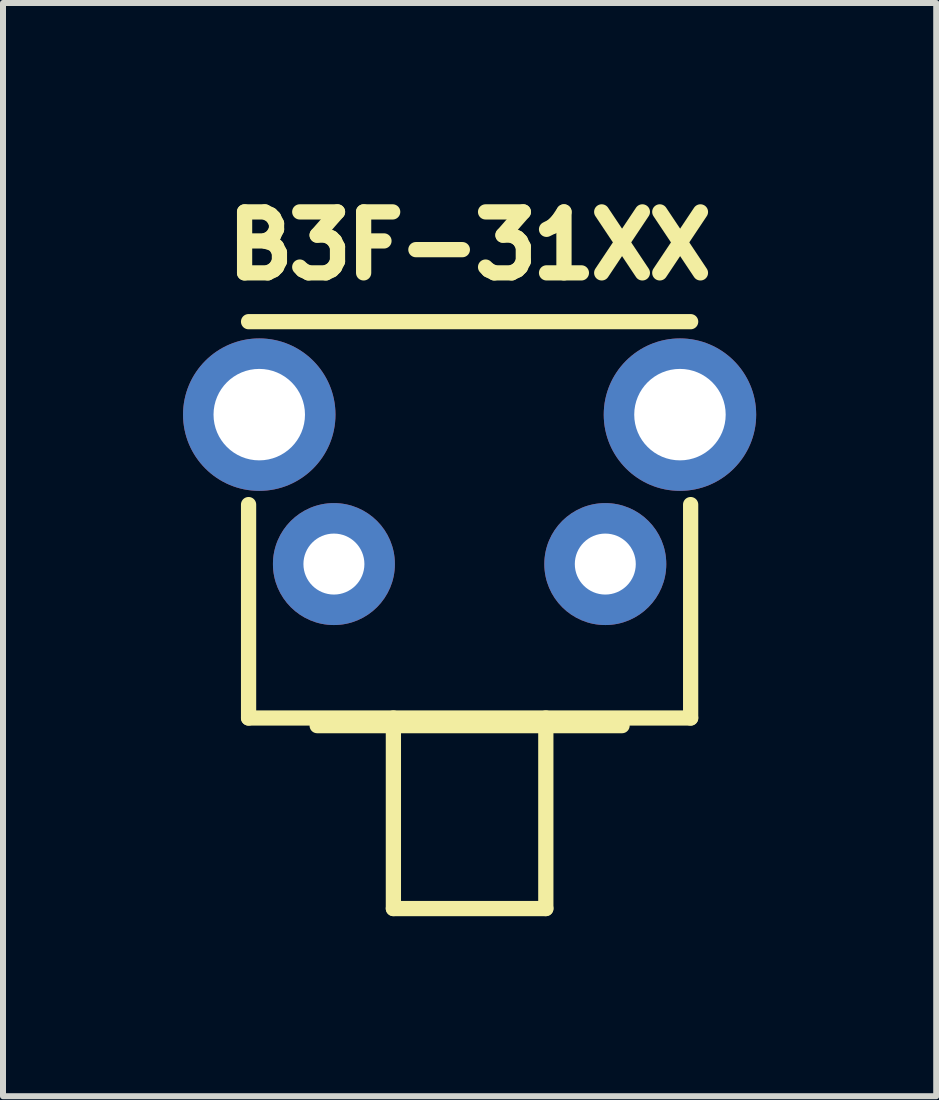
<source format=kicad_pcb>
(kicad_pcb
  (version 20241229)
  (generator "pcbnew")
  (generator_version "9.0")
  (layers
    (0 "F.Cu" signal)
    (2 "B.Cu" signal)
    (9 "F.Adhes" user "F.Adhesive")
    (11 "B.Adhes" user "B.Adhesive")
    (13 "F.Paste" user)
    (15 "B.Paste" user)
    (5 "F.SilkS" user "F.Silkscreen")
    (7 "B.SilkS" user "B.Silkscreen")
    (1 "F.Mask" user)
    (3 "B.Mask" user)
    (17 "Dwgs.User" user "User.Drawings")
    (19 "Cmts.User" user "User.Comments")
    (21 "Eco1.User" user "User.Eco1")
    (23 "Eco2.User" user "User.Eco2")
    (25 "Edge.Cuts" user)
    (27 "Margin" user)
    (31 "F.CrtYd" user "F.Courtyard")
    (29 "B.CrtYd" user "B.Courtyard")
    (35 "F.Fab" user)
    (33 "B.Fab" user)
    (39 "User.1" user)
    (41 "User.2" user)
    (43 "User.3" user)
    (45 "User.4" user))
  (footprint "B3F-31XX"
    (layer "F.Cu")
    (at 4.775 5.104)
    (property "Reference" "B3F-31XX" (at 0 -4.064 0) (layer "F.SilkS") (effects (font (size 1.016 1.016) (thickness 0.254))))
    (attr through_hole)
    (fp_line (start -3.683 -2.794) (end 3.683 -2.794) (stroke (width 0.254) (type solid)) (layer "F.SilkS"))
    (fp_line (start -3.683 0.254) (end -3.683 3.81) (stroke (width 0.254) (type solid)) (layer "F.SilkS"))
    (fp_line (start -3.683 3.81) (end 3.683 3.81) (stroke (width 0.254) (type solid)) (layer "F.SilkS"))
    (fp_line (start -2.54 3.937) (end 2.54 3.937) (stroke (width 0.254) (type solid)) (layer "F.SilkS"))
    (fp_line (start -1.27 6.985) (end -1.27 3.81) (stroke (width 0.254) (type solid)) (layer "F.SilkS"))
    (fp_line (start -1.27 6.985) (end 1.27 6.985) (stroke (width 0.254) (type solid)) (layer "F.SilkS"))
    (fp_line (start 1.27 6.985) (end 1.27 3.81) (stroke (width 0.254) (type solid)) (layer "F.SilkS"))
    (fp_line (start 3.683 0.254) (end 3.683 3.81) (stroke (width 0.254) (type solid)) (layer "F.SilkS"))
    (pad "0" thru_hole circle (at -3.505 -1.245) (size 2.54 2.54) (drill 1.524) (layers "*.Cu" "*.Mask"))
    (pad "0" thru_hole circle (at 3.505 -1.245) (size 2.54 2.54) (drill 1.524) (layers "*.Cu" "*.Mask"))
    (pad "1" thru_hole circle (at -2.261 1.245) (size 2.032 2.032) (drill 1.016) (layers "*.Cu" "*.Mask"))
    (pad "2" thru_hole circle (at 2.261 1.245) (size 2.032 2.032) (drill 1.016) (layers "*.Cu" "*.Mask")))
  (gr_rect
    (start -3 -3)
    (end 12.55 15.216)
    (stroke (width 0.1) (type default))
    (fill no)
    (layer "Edge.Cuts")))
</source>
